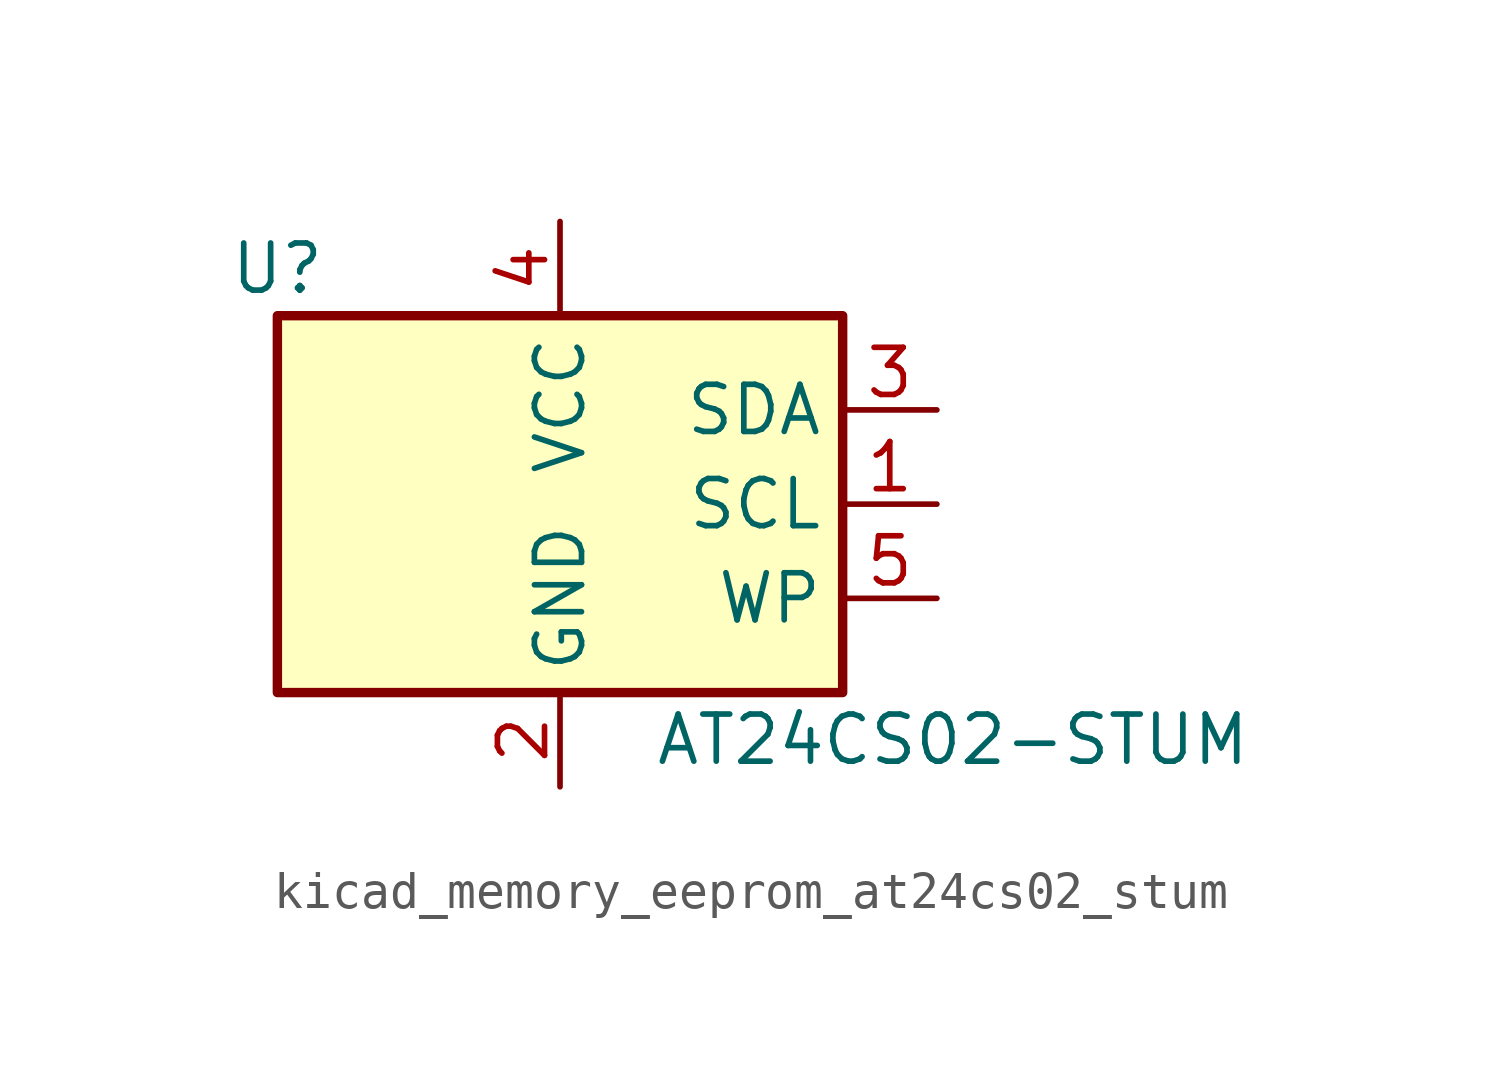
<source format=kicad_sym>
(kicad_symbol_lib
  (version 20220914)
  (generator kicad_symbol_editor)
  (symbol "kicad_memory_eeprom_at24cs02_stum"
    (property "Reference" "U"
      (at -7.62 6.35 0)
      (effects (font (size 1.27 1.27))))
    (property "Value" "AT24CS02-STUM"
      (at 2.54 -6.35 0)
      (effects (font (size 1.27 1.27)) (justify left)))
    (symbol "kicad_memory_eeprom_at24cs02_stum_1_1"
      (rectangle (start -7.62 5.08) (end 7.62 -5.08) (stroke (width 0.254) (type default)) (fill (type background)))
      (pin input line (at 10.16 0 180) (length 2.54) (name "SCL" (effects (font (size 1.27 1.27)))) (number "1" (effects (font (size 1.27 1.27)))))
      (pin power_in line (at 0 -7.62 90) (length 2.54) (name "GND" (effects (font (size 1.27 1.27)))) (number "2" (effects (font (size 1.27 1.27)))))
      (pin bidirectional line (at 10.16 2.54 180) (length 2.54) (name "SDA" (effects (font (size 1.27 1.27)))) (number "3" (effects (font (size 1.27 1.27)))))
      (pin power_in line (at 0 7.62 270) (length 2.54) (name "VCC" (effects (font (size 1.27 1.27)))) (number "4" (effects (font (size 1.27 1.27)))))
      (pin input line (at 10.16 -2.54 180) (length 2.54) (name "WP" (effects (font (size 1.27 1.27)))) (number "5" (effects (font (size 1.27 1.27))))))))
</source>
